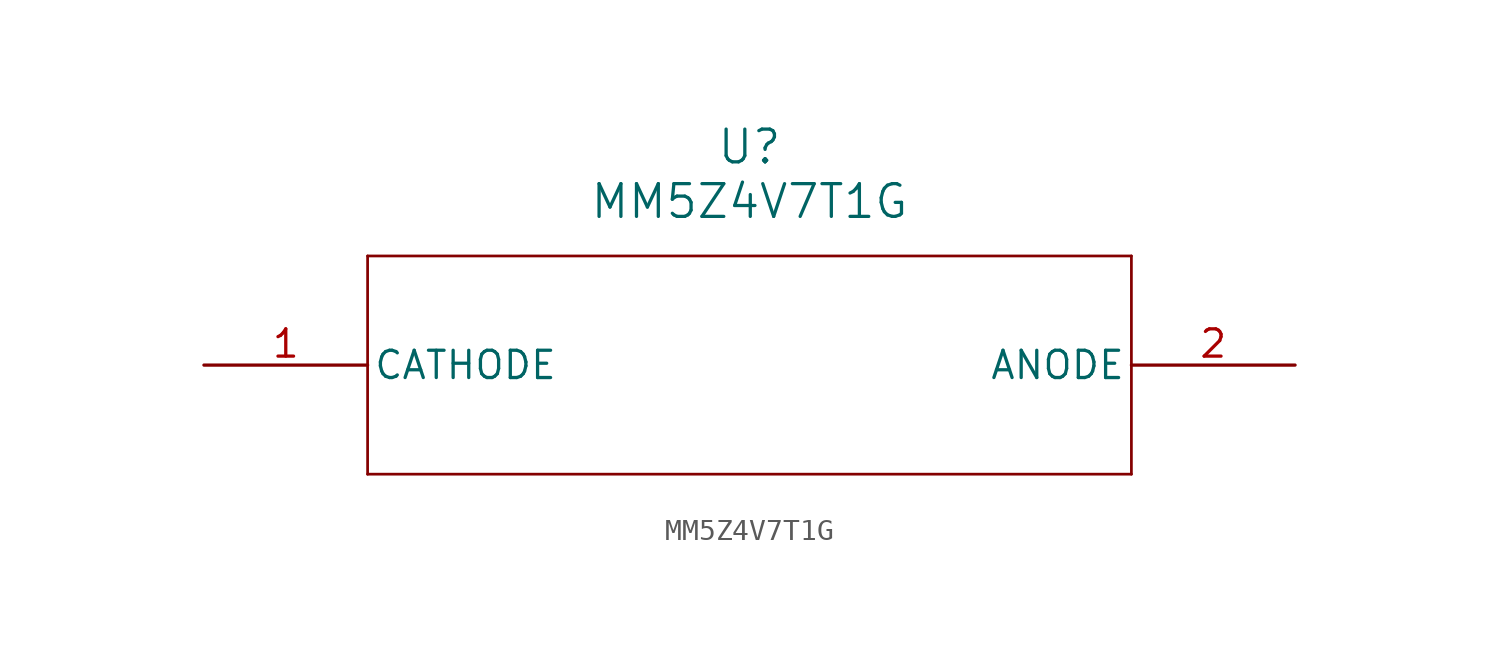
<source format=kicad_sym>
(kicad_symbol_lib
  (version 20211014)
  (generator kicad_symbol_editor)
  (symbol "MM5Z4V7T1G"
    (pin_names
      (offset 0.254))
    (property "Reference" "U"
      (at 25.4 10.16 0)
      (effects (font (size 1.524 1.524))))
    (property "Value" "MM5Z4V7T1G"
      (at 25.4 7.62 0)
      (effects (font (size 1.524 1.524))))
    (symbol "MM5Z4V7T1G_0_1"
      (polyline (pts (xy 7.62 5.08) (xy 7.62 -5.08)) (stroke (width 0.127) (type default) (color 0 0 0 0)) (fill (type none)))
      (polyline (pts (xy 7.62 -5.08) (xy 43.18 -5.08)) (stroke (width 0.127) (type default) (color 0 0 0 0)) (fill (type none)))
      (polyline (pts (xy 43.18 -5.08) (xy 43.18 5.08)) (stroke (width 0.127) (type default) (color 0 0 0 0)) (fill (type none)))
      (polyline (pts (xy 43.18 5.08) (xy 7.62 5.08)) (stroke (width 0.127) (type default) (color 0 0 0 0)) (fill (type none)))
      (pin unspecified line (at 0 0 0) (length 7.62) (name "CATHODE" (effects (font (size 1.27 1.27)))) (number "1" (effects (font (size 1.27 1.27)))))
      (pin unspecified line (at 50.8 0 180) (length 7.62) (name "ANODE" (effects (font (size 1.27 1.27)))) (number "2" (effects (font (size 1.27 1.27))))))))
</source>
